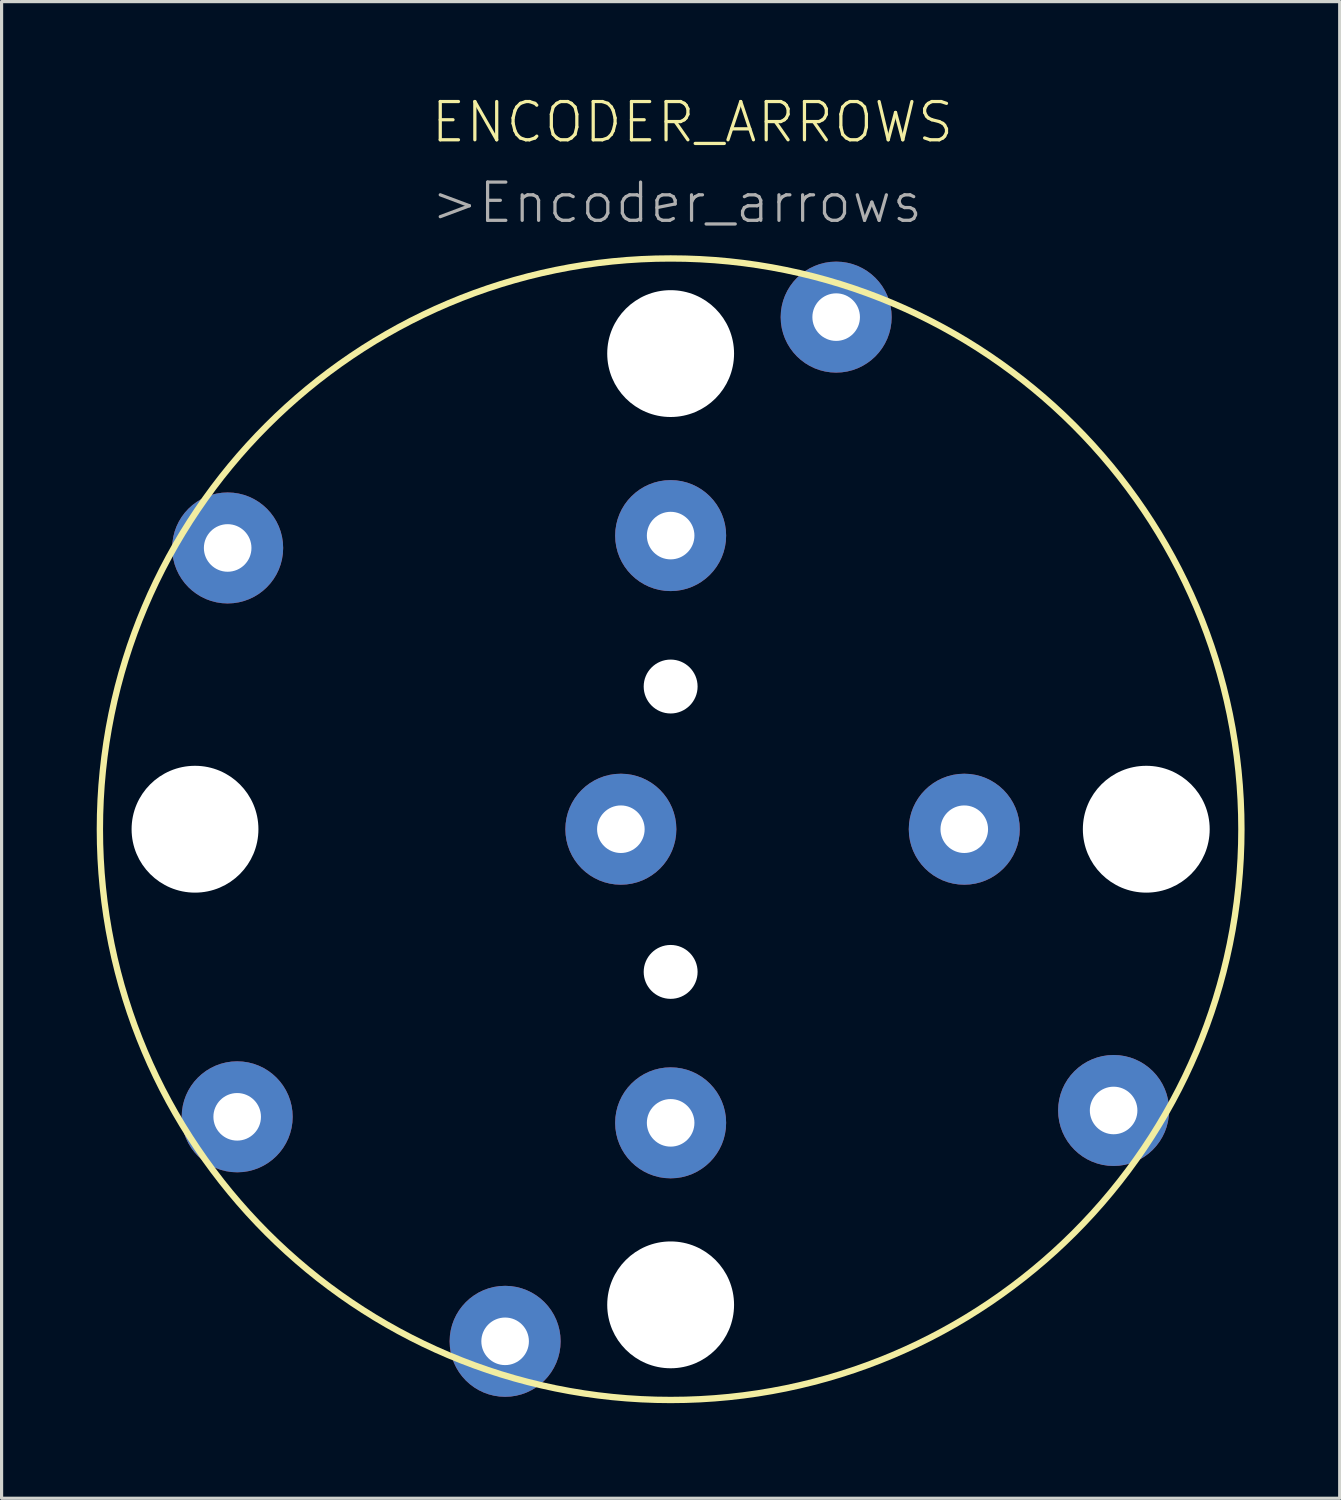
<source format=kicad_pcb>
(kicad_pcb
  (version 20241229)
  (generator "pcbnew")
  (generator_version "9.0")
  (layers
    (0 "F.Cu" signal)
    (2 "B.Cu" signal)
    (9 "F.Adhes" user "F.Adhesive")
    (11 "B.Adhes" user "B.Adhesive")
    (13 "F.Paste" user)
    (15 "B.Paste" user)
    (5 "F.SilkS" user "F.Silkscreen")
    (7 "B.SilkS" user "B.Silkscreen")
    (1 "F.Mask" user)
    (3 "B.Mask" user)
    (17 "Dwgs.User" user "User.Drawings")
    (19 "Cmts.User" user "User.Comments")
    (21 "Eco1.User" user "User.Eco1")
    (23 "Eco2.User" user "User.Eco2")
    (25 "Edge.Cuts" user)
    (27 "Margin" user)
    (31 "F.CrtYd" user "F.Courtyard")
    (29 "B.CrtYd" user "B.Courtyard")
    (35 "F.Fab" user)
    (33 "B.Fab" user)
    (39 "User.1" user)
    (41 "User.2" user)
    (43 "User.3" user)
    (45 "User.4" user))
  (footprint "ENCODER_ARROWS"
    (layer "F.Cu")
    (at 18.1 23.101)
    (property "Reference" "ENCODER_ARROWS" (at -7.62 -21.59 0) (layer "F.SilkS") (effects (font (size 1.206 1.206) (thickness 0.102)) (justify left bottom)))
    (attr through_hole)
    (fp_circle (center 0 0) (end 18 0) (stroke (width 0.2) (type solid)) (fill no) (layer "F.SilkS"))
    (fp_text user ">Encoder_arrows" (at -7.62 -19.05 0) (layer "F.Fab") (effects (font (size 1.206 1.206) (thickness 0.102)) (justify left bottom)))
    (pad "" np_thru_hole circle (at -15 0) (size 4 4) (drill 4) (layers "*.Cu" "*.Mask"))
    (pad "" np_thru_hole circle (at 0 -15) (size 4 4) (drill 4) (layers "*.Cu" "*.Mask"))
    (pad "" np_thru_hole circle (at 0 -4.5) (size 1.7 1.7) (drill 1.7) (layers "*.Cu" "*.Mask"))
    (pad "" np_thru_hole circle (at 0 4.5) (size 1.7 1.7) (drill 1.7) (layers "*.Cu" "*.Mask"))
    (pad "" np_thru_hole circle (at 0 15) (size 4 4) (drill 4) (layers "*.Cu" "*.Mask"))
    (pad "" np_thru_hole circle (at 15 0) (size 4 4) (drill 4) (layers "*.Cu" "*.Mask"))
    (pad "A" thru_hole circle (at 0 9.26) (size 3.5 3.5) (drill 1.5) (layers "*.Cu" "*.Mask"))
    (pad "B" thru_hole circle (at 9.26 0) (size 3.5 3.5) (drill 1.5) (layers "*.Cu" "*.Mask"))
    (pad "COM_A" thru_hole circle (at 0 -9.26) (size 3.5 3.5) (drill 1.5) (layers "*.Cu" "*.Mask"))
    (pad "COM_B" thru_hole circle (at -13.67 9.07) (size 3.5 3.5) (drill 1.5) (layers "*.Cu" "*.Mask"))
    (pad "S1" thru_hole circle (at -1.57 0) (size 3.5 3.5) (drill 1.5) (layers "*.Cu" "*.Mask"))
    (pad "S2" thru_hole circle (at -5.22 16.15) (size 3.5 3.5) (drill 1.5) (layers "*.Cu" "*.Mask"))
    (pad "S3" thru_hole circle (at 13.97 8.87) (size 3.5 3.5) (drill 1.5) (layers "*.Cu" "*.Mask"))
    (pad "S4" thru_hole circle (at 5.22 -16.15) (size 3.5 3.5) (drill 1.5) (layers "*.Cu" "*.Mask"))
    (pad "S5" thru_hole circle (at -13.97 -8.87) (size 3.5 3.5) (drill 1.5) (layers "*.Cu" "*.Mask")))
  (gr_rect
    (start -3 -3)
    (end 39.2 44.201)
    (stroke (width 0.1) (type default))
    (fill no)
    (layer "Edge.Cuts")))
</source>
